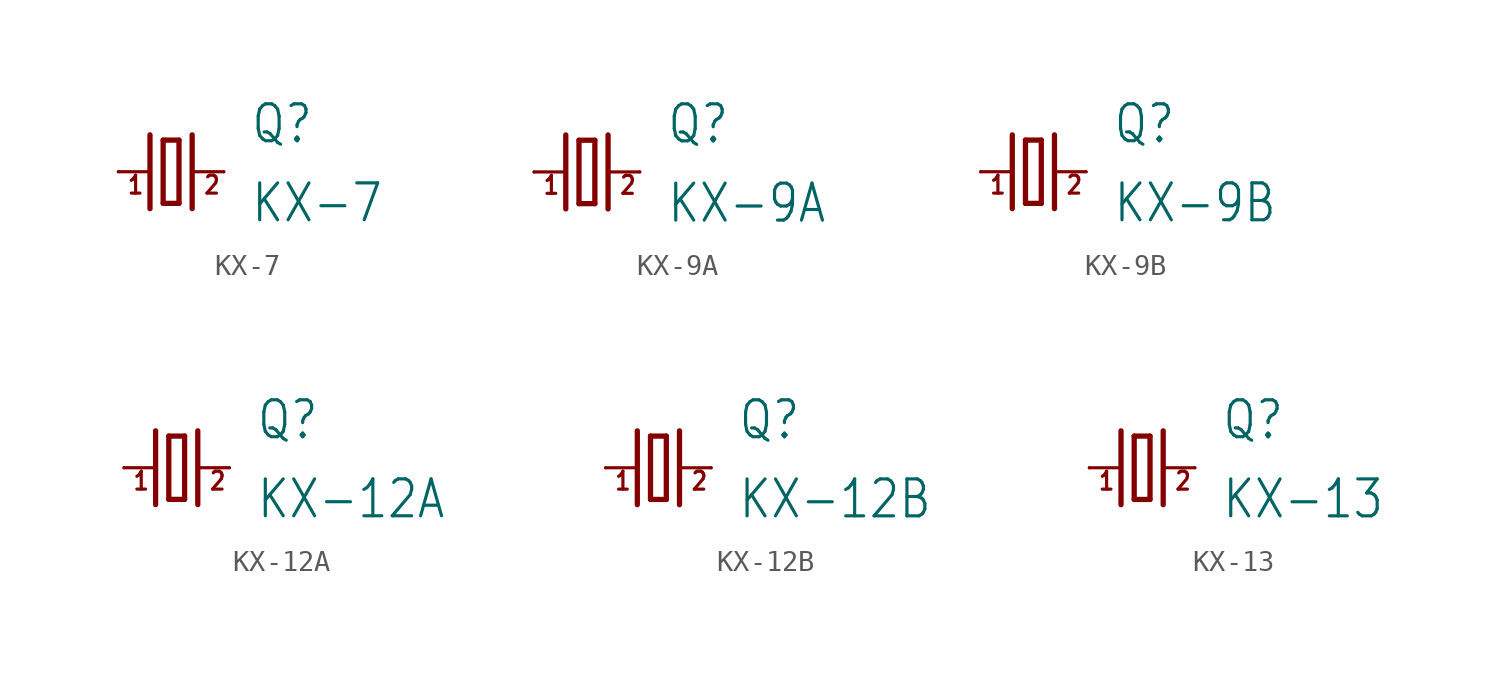
<source format=kicad_sym>
(kicad_symbol_lib
  (version 20211014)
  (generator kicad_symbol_editor)
  (symbol "KX-7"
    (property "Reference" "Q"
      (at 3.81 1.27 0)
      (effects (font (size 1.778 1.511)) (justify left bottom)))
    (property "Value" "KX-7"
      (at 3.81 -2.54 0)
      (effects (font (size 1.778 1.511)) (justify left bottom)))
    (property "ki_locked" ""
      (at 0 0 0)
      (effects (font (size 1.27 1.27))))
    (symbol "KX-7_1_0"
      (polyline (pts (xy -2.54 0) (xy -1.016 0)) (stroke (width 0.152) (type default) (color 0 0 0 0)) (fill (type none)))
      (polyline (pts (xy -1.016 1.778) (xy -1.016 -1.778)) (stroke (width 0.254) (type default) (color 0 0 0 0)) (fill (type none)))
      (polyline (pts (xy -0.381 -1.524) (xy 0.381 -1.524)) (stroke (width 0.254) (type default) (color 0 0 0 0)) (fill (type none)))
      (polyline (pts (xy -0.381 1.524) (xy -0.381 -1.524)) (stroke (width 0.254) (type default) (color 0 0 0 0)) (fill (type none)))
      (polyline (pts (xy 0.381 -1.524) (xy 0.381 1.524)) (stroke (width 0.254) (type default) (color 0 0 0 0)) (fill (type none)))
      (polyline (pts (xy 0.381 1.524) (xy -0.381 1.524)) (stroke (width 0.254) (type default) (color 0 0 0 0)) (fill (type none)))
      (polyline (pts (xy 1.016 0) (xy 2.54 0)) (stroke (width 0.152) (type default) (color 0 0 0 0)) (fill (type none)))
      (polyline (pts (xy 1.016 1.778) (xy 1.016 -1.778)) (stroke (width 0.254) (type default) (color 0 0 0 0)) (fill (type none)))
      (text "1" (at -2.159 -1.143 0) (effects (font (size 0.864 0.734)) (justify left bottom)))
      (text "2" (at 1.524 -1.143 0) (effects (font (size 0.864 0.734)) (justify left bottom)))
      (pin passive line (at -2.54 0 0) (length 0) (name "1" (effects (font (size 0 0)))) (number "1" (effects (font (size 0 0)))))
      (pin passive line (at 2.54 0 180) (length 0) (name "2" (effects (font (size 0 0)))) (number "3" (effects (font (size 0 0)))))))
  (symbol "KX-9A"
    (property "Reference" "Q"
      (at 3.81 1.27 0)
      (effects (font (size 1.778 1.511)) (justify left bottom)))
    (property "Value" "KX-9A"
      (at 3.81 -2.54 0)
      (effects (font (size 1.778 1.511)) (justify left bottom)))
    (property "ki_locked" ""
      (at 0 0 0)
      (effects (font (size 1.27 1.27))))
    (symbol "KX-9A_1_0"
      (polyline (pts (xy -2.54 0) (xy -1.016 0)) (stroke (width 0.152) (type default) (color 0 0 0 0)) (fill (type none)))
      (polyline (pts (xy -1.016 1.778) (xy -1.016 -1.778)) (stroke (width 0.254) (type default) (color 0 0 0 0)) (fill (type none)))
      (polyline (pts (xy -0.381 -1.524) (xy 0.381 -1.524)) (stroke (width 0.254) (type default) (color 0 0 0 0)) (fill (type none)))
      (polyline (pts (xy -0.381 1.524) (xy -0.381 -1.524)) (stroke (width 0.254) (type default) (color 0 0 0 0)) (fill (type none)))
      (polyline (pts (xy 0.381 -1.524) (xy 0.381 1.524)) (stroke (width 0.254) (type default) (color 0 0 0 0)) (fill (type none)))
      (polyline (pts (xy 0.381 1.524) (xy -0.381 1.524)) (stroke (width 0.254) (type default) (color 0 0 0 0)) (fill (type none)))
      (polyline (pts (xy 1.016 0) (xy 2.54 0)) (stroke (width 0.152) (type default) (color 0 0 0 0)) (fill (type none)))
      (polyline (pts (xy 1.016 1.778) (xy 1.016 -1.778)) (stroke (width 0.254) (type default) (color 0 0 0 0)) (fill (type none)))
      (text "1" (at -2.159 -1.143 0) (effects (font (size 0.864 0.734)) (justify left bottom)))
      (text "2" (at 1.524 -1.143 0) (effects (font (size 0.864 0.734)) (justify left bottom)))
      (pin passive line (at -2.54 0 0) (length 0) (name "1" (effects (font (size 0 0)))) (number "1" (effects (font (size 0 0)))))
      (pin passive line (at 2.54 0 180) (length 0) (name "2" (effects (font (size 0 0)))) (number "3" (effects (font (size 0 0)))))))
  (symbol "KX-9B"
    (property "Reference" "Q"
      (at 3.81 1.27 0)
      (effects (font (size 1.778 1.511)) (justify left bottom)))
    (property "Value" "KX-9B"
      (at 3.81 -2.54 0)
      (effects (font (size 1.778 1.511)) (justify left bottom)))
    (property "ki_locked" ""
      (at 0 0 0)
      (effects (font (size 1.27 1.27))))
    (symbol "KX-9B_1_0"
      (polyline (pts (xy -2.54 0) (xy -1.016 0)) (stroke (width 0.152) (type default) (color 0 0 0 0)) (fill (type none)))
      (polyline (pts (xy -1.016 1.778) (xy -1.016 -1.778)) (stroke (width 0.254) (type default) (color 0 0 0 0)) (fill (type none)))
      (polyline (pts (xy -0.381 -1.524) (xy 0.381 -1.524)) (stroke (width 0.254) (type default) (color 0 0 0 0)) (fill (type none)))
      (polyline (pts (xy -0.381 1.524) (xy -0.381 -1.524)) (stroke (width 0.254) (type default) (color 0 0 0 0)) (fill (type none)))
      (polyline (pts (xy 0.381 -1.524) (xy 0.381 1.524)) (stroke (width 0.254) (type default) (color 0 0 0 0)) (fill (type none)))
      (polyline (pts (xy 0.381 1.524) (xy -0.381 1.524)) (stroke (width 0.254) (type default) (color 0 0 0 0)) (fill (type none)))
      (polyline (pts (xy 1.016 0) (xy 2.54 0)) (stroke (width 0.152) (type default) (color 0 0 0 0)) (fill (type none)))
      (polyline (pts (xy 1.016 1.778) (xy 1.016 -1.778)) (stroke (width 0.254) (type default) (color 0 0 0 0)) (fill (type none)))
      (text "1" (at -2.159 -1.143 0) (effects (font (size 0.864 0.734)) (justify left bottom)))
      (text "2" (at 1.524 -1.143 0) (effects (font (size 0.864 0.734)) (justify left bottom)))
      (pin passive line (at -2.54 0 0) (length 0) (name "1" (effects (font (size 0 0)))) (number "1" (effects (font (size 0 0)))))
      (pin passive line (at 2.54 0 180) (length 0) (name "2" (effects (font (size 0 0)))) (number "2" (effects (font (size 0 0)))))))
  (symbol "KX-12A"
    (property "Reference" "Q"
      (at 3.81 1.27 0)
      (effects (font (size 1.778 1.511)) (justify left bottom)))
    (property "Value" "KX-12A"
      (at 3.81 -2.54 0)
      (effects (font (size 1.778 1.511)) (justify left bottom)))
    (property "ki_locked" ""
      (at 0 0 0)
      (effects (font (size 1.27 1.27))))
    (symbol "KX-12A_1_0"
      (polyline (pts (xy -2.54 0) (xy -1.016 0)) (stroke (width 0.152) (type default) (color 0 0 0 0)) (fill (type none)))
      (polyline (pts (xy -1.016 1.778) (xy -1.016 -1.778)) (stroke (width 0.254) (type default) (color 0 0 0 0)) (fill (type none)))
      (polyline (pts (xy -0.381 -1.524) (xy 0.381 -1.524)) (stroke (width 0.254) (type default) (color 0 0 0 0)) (fill (type none)))
      (polyline (pts (xy -0.381 1.524) (xy -0.381 -1.524)) (stroke (width 0.254) (type default) (color 0 0 0 0)) (fill (type none)))
      (polyline (pts (xy 0.381 -1.524) (xy 0.381 1.524)) (stroke (width 0.254) (type default) (color 0 0 0 0)) (fill (type none)))
      (polyline (pts (xy 0.381 1.524) (xy -0.381 1.524)) (stroke (width 0.254) (type default) (color 0 0 0 0)) (fill (type none)))
      (polyline (pts (xy 1.016 0) (xy 2.54 0)) (stroke (width 0.152) (type default) (color 0 0 0 0)) (fill (type none)))
      (polyline (pts (xy 1.016 1.778) (xy 1.016 -1.778)) (stroke (width 0.254) (type default) (color 0 0 0 0)) (fill (type none)))
      (text "1" (at -2.159 -1.143 0) (effects (font (size 0.864 0.734)) (justify left bottom)))
      (text "2" (at 1.524 -1.143 0) (effects (font (size 0.864 0.734)) (justify left bottom)))
      (pin passive line (at -2.54 0 0) (length 0) (name "1" (effects (font (size 0 0)))) (number "1" (effects (font (size 0 0)))))
      (pin passive line (at 2.54 0 180) (length 0) (name "2" (effects (font (size 0 0)))) (number "3" (effects (font (size 0 0)))))))
  (symbol "KX-12B"
    (property "Reference" "Q"
      (at 3.81 1.27 0)
      (effects (font (size 1.778 1.511)) (justify left bottom)))
    (property "Value" "KX-12B"
      (at 3.81 -2.54 0)
      (effects (font (size 1.778 1.511)) (justify left bottom)))
    (property "ki_locked" ""
      (at 0 0 0)
      (effects (font (size 1.27 1.27))))
    (symbol "KX-12B_1_0"
      (polyline (pts (xy -2.54 0) (xy -1.016 0)) (stroke (width 0.152) (type default) (color 0 0 0 0)) (fill (type none)))
      (polyline (pts (xy -1.016 1.778) (xy -1.016 -1.778)) (stroke (width 0.254) (type default) (color 0 0 0 0)) (fill (type none)))
      (polyline (pts (xy -0.381 -1.524) (xy 0.381 -1.524)) (stroke (width 0.254) (type default) (color 0 0 0 0)) (fill (type none)))
      (polyline (pts (xy -0.381 1.524) (xy -0.381 -1.524)) (stroke (width 0.254) (type default) (color 0 0 0 0)) (fill (type none)))
      (polyline (pts (xy 0.381 -1.524) (xy 0.381 1.524)) (stroke (width 0.254) (type default) (color 0 0 0 0)) (fill (type none)))
      (polyline (pts (xy 0.381 1.524) (xy -0.381 1.524)) (stroke (width 0.254) (type default) (color 0 0 0 0)) (fill (type none)))
      (polyline (pts (xy 1.016 0) (xy 2.54 0)) (stroke (width 0.152) (type default) (color 0 0 0 0)) (fill (type none)))
      (polyline (pts (xy 1.016 1.778) (xy 1.016 -1.778)) (stroke (width 0.254) (type default) (color 0 0 0 0)) (fill (type none)))
      (text "1" (at -2.159 -1.143 0) (effects (font (size 0.864 0.734)) (justify left bottom)))
      (text "2" (at 1.524 -1.143 0) (effects (font (size 0.864 0.734)) (justify left bottom)))
      (pin passive line (at -2.54 0 0) (length 0) (name "1" (effects (font (size 0 0)))) (number "1" (effects (font (size 0 0)))))
      (pin passive line (at 2.54 0 180) (length 0) (name "2" (effects (font (size 0 0)))) (number "2" (effects (font (size 0 0)))))))
  (symbol "KX-13"
    (property "Reference" "Q"
      (at 3.81 1.27 0)
      (effects (font (size 1.778 1.511)) (justify left bottom)))
    (property "Value" "KX-13"
      (at 3.81 -2.54 0)
      (effects (font (size 1.778 1.511)) (justify left bottom)))
    (property "ki_locked" ""
      (at 0 0 0)
      (effects (font (size 1.27 1.27))))
    (symbol "KX-13_1_0"
      (polyline (pts (xy -2.54 0) (xy -1.016 0)) (stroke (width 0.152) (type default) (color 0 0 0 0)) (fill (type none)))
      (polyline (pts (xy -1.016 1.778) (xy -1.016 -1.778)) (stroke (width 0.254) (type default) (color 0 0 0 0)) (fill (type none)))
      (polyline (pts (xy -0.381 -1.524) (xy 0.381 -1.524)) (stroke (width 0.254) (type default) (color 0 0 0 0)) (fill (type none)))
      (polyline (pts (xy -0.381 1.524) (xy -0.381 -1.524)) (stroke (width 0.254) (type default) (color 0 0 0 0)) (fill (type none)))
      (polyline (pts (xy 0.381 -1.524) (xy 0.381 1.524)) (stroke (width 0.254) (type default) (color 0 0 0 0)) (fill (type none)))
      (polyline (pts (xy 0.381 1.524) (xy -0.381 1.524)) (stroke (width 0.254) (type default) (color 0 0 0 0)) (fill (type none)))
      (polyline (pts (xy 1.016 0) (xy 2.54 0)) (stroke (width 0.152) (type default) (color 0 0 0 0)) (fill (type none)))
      (polyline (pts (xy 1.016 1.778) (xy 1.016 -1.778)) (stroke (width 0.254) (type default) (color 0 0 0 0)) (fill (type none)))
      (text "1" (at -2.159 -1.143 0) (effects (font (size 0.864 0.734)) (justify left bottom)))
      (text "2" (at 1.524 -1.143 0) (effects (font (size 0.864 0.734)) (justify left bottom)))
      (pin passive line (at -2.54 0 0) (length 0) (name "1" (effects (font (size 0 0)))) (number "1" (effects (font (size 0 0)))))
      (pin passive line (at 2.54 0 180) (length 0) (name "2" (effects (font (size 0 0)))) (number "3" (effects (font (size 0 0))))))))
</source>
